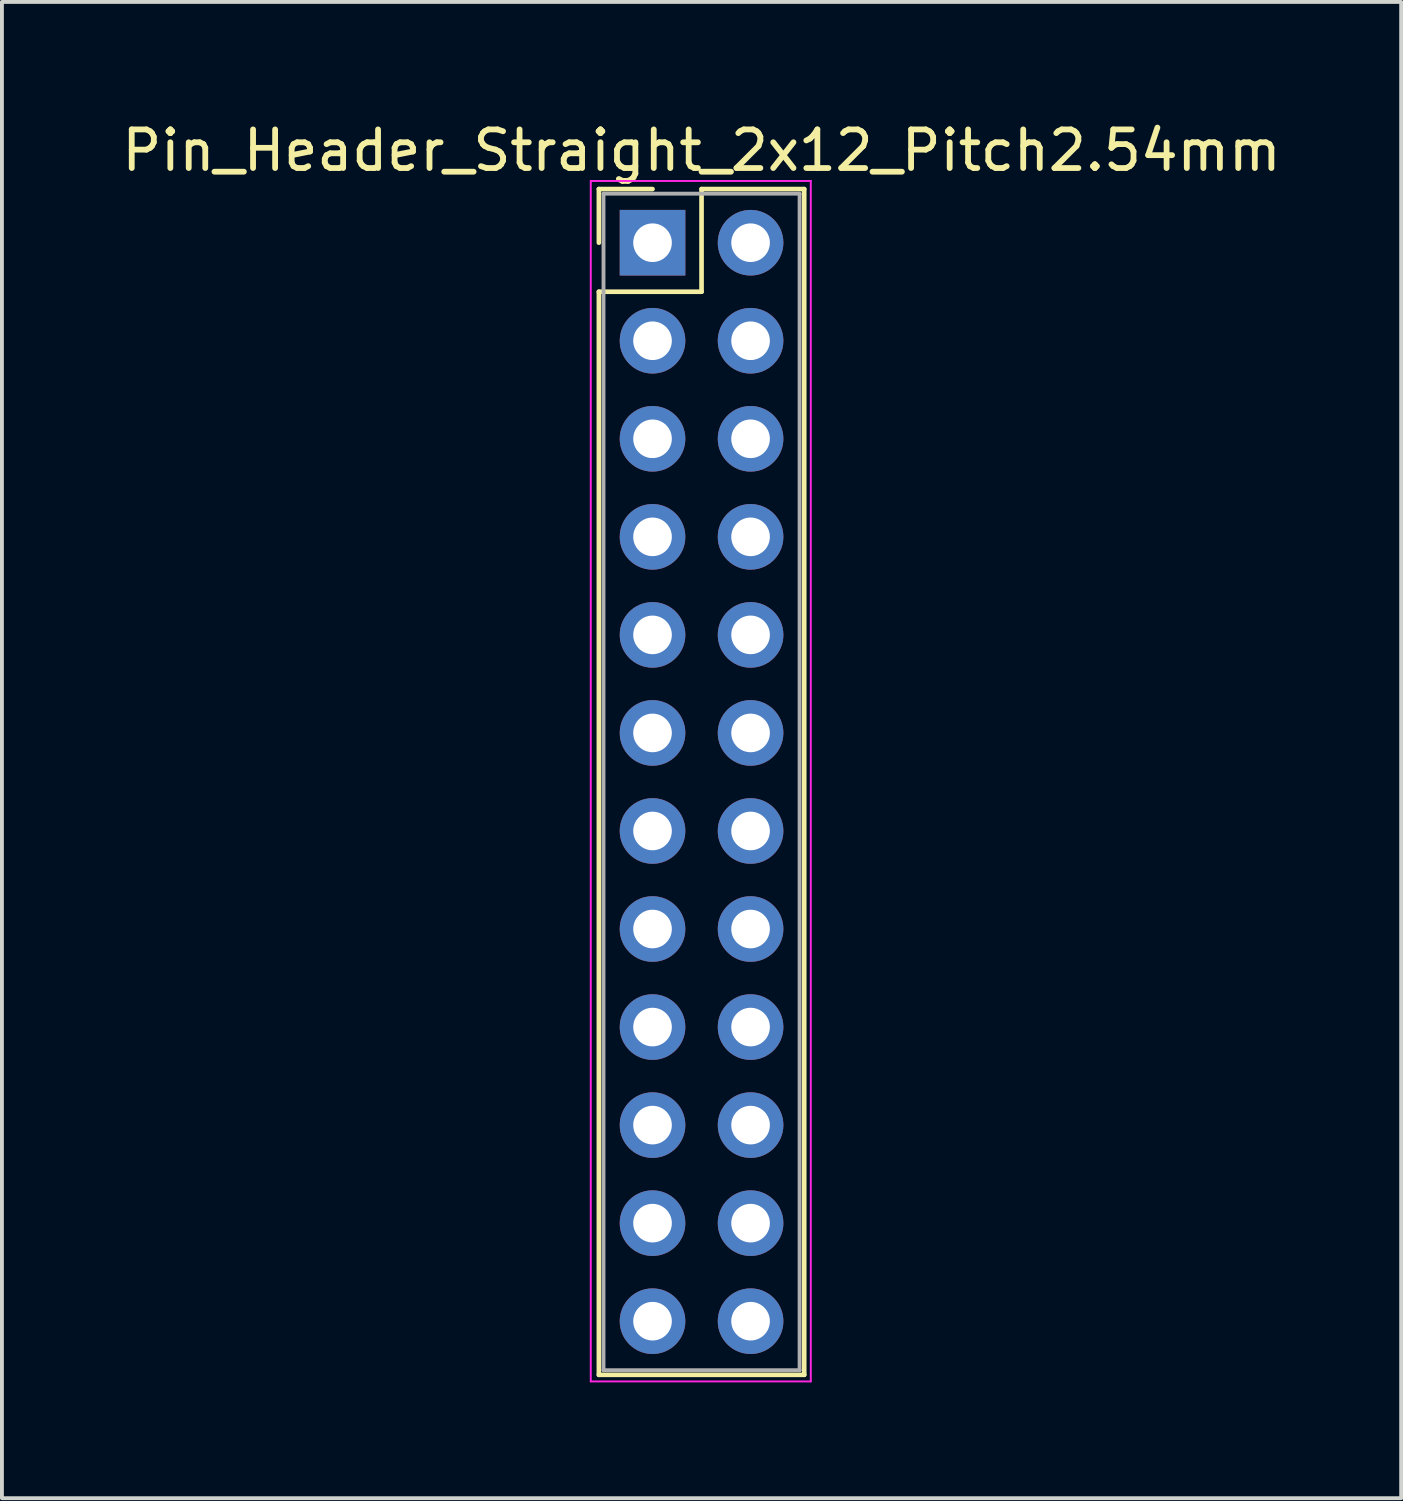
<source format=kicad_pcb>
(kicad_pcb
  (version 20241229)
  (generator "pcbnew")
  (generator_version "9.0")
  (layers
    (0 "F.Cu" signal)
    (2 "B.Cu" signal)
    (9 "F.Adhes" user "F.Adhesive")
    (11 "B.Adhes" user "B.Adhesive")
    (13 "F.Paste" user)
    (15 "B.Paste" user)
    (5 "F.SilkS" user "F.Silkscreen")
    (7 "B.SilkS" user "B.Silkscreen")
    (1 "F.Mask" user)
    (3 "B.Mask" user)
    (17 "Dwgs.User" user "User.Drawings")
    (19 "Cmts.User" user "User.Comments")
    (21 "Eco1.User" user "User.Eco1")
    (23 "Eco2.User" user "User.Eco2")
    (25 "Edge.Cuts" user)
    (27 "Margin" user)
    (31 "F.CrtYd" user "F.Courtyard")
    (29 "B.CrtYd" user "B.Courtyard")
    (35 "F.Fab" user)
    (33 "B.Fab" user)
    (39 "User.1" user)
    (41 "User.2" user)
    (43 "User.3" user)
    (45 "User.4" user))
  (footprint "Pin_Header_Straight_2x12_Pitch2.54mm"
    (layer "F.Cu")
    (at 13.855 3.238)
    (property "Reference" "Pin_Header_Straight_2x12_Pitch2.54mm" (at 1.27 -2.39 0) (layer "F.SilkS") (effects (font (size 1 1) (thickness 0.15))))
    (attr through_hole)
    (fp_line (start -1.39 -1.39) (end 0 -1.39) (stroke (width 0.12) (type solid)) (layer "F.SilkS"))
    (fp_line (start -1.39 0) (end -1.39 -1.39) (stroke (width 0.12) (type solid)) (layer "F.SilkS"))
    (fp_line (start -1.39 1.27) (end -1.39 29.33) (stroke (width 0.12) (type solid)) (layer "F.SilkS"))
    (fp_line (start -1.39 29.33) (end 3.93 29.33) (stroke (width 0.12) (type solid)) (layer "F.SilkS"))
    (fp_line (start 1.27 -1.39) (end 1.27 1.27) (stroke (width 0.12) (type solid)) (layer "F.SilkS"))
    (fp_line (start 1.27 1.27) (end -1.39 1.27) (stroke (width 0.12) (type solid)) (layer "F.SilkS"))
    (fp_line (start 3.93 -1.39) (end 1.27 -1.39) (stroke (width 0.12) (type solid)) (layer "F.SilkS"))
    (fp_line (start 3.93 29.33) (end 3.93 -1.39) (stroke (width 0.12) (type solid)) (layer "F.SilkS"))
    (fp_line (start -1.6 -1.6) (end -1.6 29.5) (stroke (width 0.05) (type solid)) (layer "F.CrtYd"))
    (fp_line (start -1.6 29.5) (end 4.1 29.5) (stroke (width 0.05) (type solid)) (layer "F.CrtYd"))
    (fp_line (start 4.1 -1.6) (end -1.6 -1.6) (stroke (width 0.05) (type solid)) (layer "F.CrtYd"))
    (fp_line (start 4.1 29.5) (end 4.1 -1.6) (stroke (width 0.05) (type solid)) (layer "F.CrtYd"))
    (fp_line (start -1.27 -1.27) (end -1.27 29.21) (stroke (width 0.1) (type solid)) (layer "F.Fab"))
    (fp_line (start -1.27 29.21) (end 3.81 29.21) (stroke (width 0.1) (type solid)) (layer "F.Fab"))
    (fp_line (start 3.81 -1.27) (end -1.27 -1.27) (stroke (width 0.1) (type solid)) (layer "F.Fab"))
    (fp_line (start 3.81 29.21) (end 3.81 -1.27) (stroke (width 0.1) (type solid)) (layer "F.Fab"))
    (pad "1" thru_hole rect (at 0 0) (size 1.7 1.7) (drill 1) (layers "*.Cu" "*.Mask"))
    (pad "2" thru_hole oval (at 2.54 0) (size 1.7 1.7) (drill 1) (layers "*.Cu" "*.Mask"))
    (pad "3" thru_hole oval (at 0 2.54) (size 1.7 1.7) (drill 1) (layers "*.Cu" "*.Mask"))
    (pad "4" thru_hole oval (at 2.54 2.54) (size 1.7 1.7) (drill 1) (layers "*.Cu" "*.Mask"))
    (pad "5" thru_hole oval (at 0 5.08) (size 1.7 1.7) (drill 1) (layers "*.Cu" "*.Mask"))
    (pad "6" thru_hole oval (at 2.54 5.08) (size 1.7 1.7) (drill 1) (layers "*.Cu" "*.Mask"))
    (pad "7" thru_hole oval (at 0 7.62) (size 1.7 1.7) (drill 1) (layers "*.Cu" "*.Mask"))
    (pad "8" thru_hole oval (at 2.54 7.62) (size 1.7 1.7) (drill 1) (layers "*.Cu" "*.Mask"))
    (pad "9" thru_hole oval (at 0 10.16) (size 1.7 1.7) (drill 1) (layers "*.Cu" "*.Mask"))
    (pad "10" thru_hole oval (at 2.54 10.16) (size 1.7 1.7) (drill 1) (layers "*.Cu" "*.Mask"))
    (pad "11" thru_hole oval (at 0 12.7) (size 1.7 1.7) (drill 1) (layers "*.Cu" "*.Mask"))
    (pad "12" thru_hole oval (at 2.54 12.7) (size 1.7 1.7) (drill 1) (layers "*.Cu" "*.Mask"))
    (pad "13" thru_hole oval (at 0 15.24) (size 1.7 1.7) (drill 1) (layers "*.Cu" "*.Mask"))
    (pad "14" thru_hole oval (at 2.54 15.24) (size 1.7 1.7) (drill 1) (layers "*.Cu" "*.Mask"))
    (pad "15" thru_hole oval (at 0 17.78) (size 1.7 1.7) (drill 1) (layers "*.Cu" "*.Mask"))
    (pad "16" thru_hole oval (at 2.54 17.78) (size 1.7 1.7) (drill 1) (layers "*.Cu" "*.Mask"))
    (pad "17" thru_hole oval (at 0 20.32) (size 1.7 1.7) (drill 1) (layers "*.Cu" "*.Mask"))
    (pad "18" thru_hole oval (at 2.54 20.32) (size 1.7 1.7) (drill 1) (layers "*.Cu" "*.Mask"))
    (pad "19" thru_hole oval (at 0 22.86) (size 1.7 1.7) (drill 1) (layers "*.Cu" "*.Mask"))
    (pad "20" thru_hole oval (at 2.54 22.86) (size 1.7 1.7) (drill 1) (layers "*.Cu" "*.Mask"))
    (pad "21" thru_hole oval (at 0 25.4) (size 1.7 1.7) (drill 1) (layers "*.Cu" "*.Mask"))
    (pad "22" thru_hole oval (at 2.54 25.4) (size 1.7 1.7) (drill 1) (layers "*.Cu" "*.Mask"))
    (pad "23" thru_hole oval (at 0 27.94) (size 1.7 1.7) (drill 1) (layers "*.Cu" "*.Mask"))
    (pad "24" thru_hole oval (at 2.54 27.94) (size 1.7 1.7) (drill 1) (layers "*.Cu" "*.Mask")))
  (gr_rect
    (start -3 -3)
    (end 33.25 35.763)
    (stroke (width 0.1) (type default))
    (fill no)
    (layer "Edge.Cuts")))
</source>
